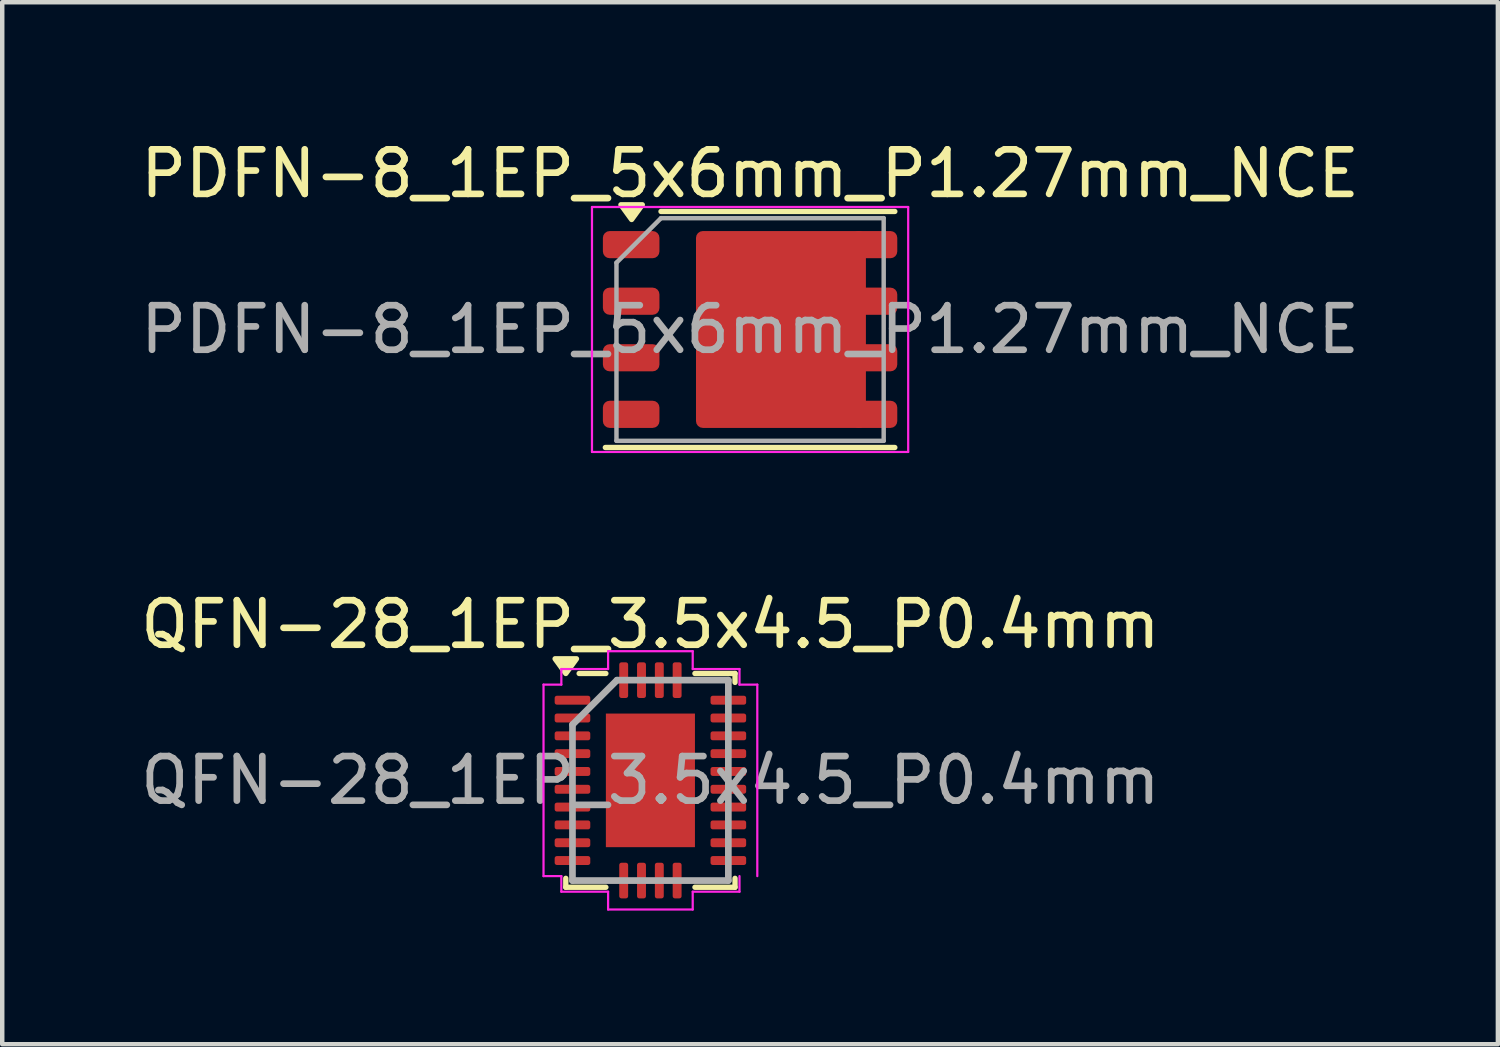
<source format=kicad_pcb>
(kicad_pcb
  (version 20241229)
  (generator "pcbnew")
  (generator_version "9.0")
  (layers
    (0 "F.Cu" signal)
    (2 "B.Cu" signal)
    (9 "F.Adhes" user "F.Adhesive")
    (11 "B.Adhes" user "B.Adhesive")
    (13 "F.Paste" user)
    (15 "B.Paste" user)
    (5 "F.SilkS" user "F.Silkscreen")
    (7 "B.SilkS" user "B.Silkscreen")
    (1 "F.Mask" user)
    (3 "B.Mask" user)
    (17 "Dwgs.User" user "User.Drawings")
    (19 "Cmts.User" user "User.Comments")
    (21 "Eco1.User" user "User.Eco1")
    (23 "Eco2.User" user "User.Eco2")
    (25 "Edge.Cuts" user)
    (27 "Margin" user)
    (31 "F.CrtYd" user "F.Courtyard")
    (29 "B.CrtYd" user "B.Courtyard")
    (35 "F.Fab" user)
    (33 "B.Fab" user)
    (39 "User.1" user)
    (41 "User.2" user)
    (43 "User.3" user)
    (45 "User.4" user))
  (footprint "QFN-28_1EP_3.5x4.5_P0.4mm"
    (layer "F.Cu")
    (at 11.554 14.472)
    (property "Reference" "QFN-28_1EP_3.5x4.5_P0.4mm" (at 0 -3.5 0) (layer "F.SilkS") (effects (font (size 1 1) (thickness 0.15))))
    (attr smd)
    (fp_line (start -1.9 2.4) (end -1.9 2.2) (stroke (width 0.12) (type default)) (layer "F.SilkS"))
    (fp_line (start -1 -2.4) (end -1.6 -2.4) (stroke (width 0.12) (type default)) (layer "F.SilkS"))
    (fp_line (start -1 2.4) (end -1.9 2.4) (stroke (width 0.12) (type default)) (layer "F.SilkS"))
    (fp_line (start 1 -2.4) (end 1.9 -2.4) (stroke (width 0.12) (type default)) (layer "F.SilkS"))
    (fp_line (start 1 2.4) (end 1.9 2.4) (stroke (width 0.12) (type default)) (layer "F.SilkS"))
    (fp_line (start 1.9 -2.4) (end 1.9 -2.2) (stroke (width 0.12) (type default)) (layer "F.SilkS"))
    (fp_line (start 1.9 2.4) (end 1.9 2.2) (stroke (width 0.12) (type default)) (layer "F.SilkS"))
    (fp_poly (pts (xy -1.9 -2.4) (xy -2.14 -2.73) (xy -1.66 -2.73) (xy -1.9 -2.4)) (stroke (width 0.12) (type solid)) (fill yes) (layer "F.SilkS"))
    (fp_line (start -2.4 -2.15) (end -2 -2.15) (stroke (width 0.05) (type default)) (layer "F.CrtYd"))
    (fp_line (start -2.4 2.15) (end -2.4 -2.15) (stroke (width 0.05) (type default)) (layer "F.CrtYd"))
    (fp_line (start -2.4 2.15) (end -2 2.15) (stroke (width 0.05) (type default)) (layer "F.CrtYd"))
    (fp_line (start -2 -2.5) (end -0.95 -2.5) (stroke (width 0.05) (type default)) (layer "F.CrtYd"))
    (fp_line (start -2 -2.15) (end -2 -2.5) (stroke (width 0.05) (type default)) (layer "F.CrtYd"))
    (fp_line (start -2 2.15) (end -2 2.5) (stroke (width 0.05) (type default)) (layer "F.CrtYd"))
    (fp_line (start -2 2.5) (end -0.95 2.5) (stroke (width 0.05) (type default)) (layer "F.CrtYd"))
    (fp_line (start -0.95 -2.9) (end 0.95 -2.9) (stroke (width 0.05) (type default)) (layer "F.CrtYd"))
    (fp_line (start -0.95 -2.5) (end -0.95 -2.9) (stroke (width 0.05) (type default)) (layer "F.CrtYd"))
    (fp_line (start -0.95 2.5) (end -0.95 2.9) (stroke (width 0.05) (type default)) (layer "F.CrtYd"))
    (fp_line (start 0.95 -2.5) (end 0.95 -2.9) (stroke (width 0.05) (type default)) (layer "F.CrtYd"))
    (fp_line (start 0.95 2.5) (end 0.95 2.9) (stroke (width 0.05) (type default)) (layer "F.CrtYd"))
    (fp_line (start 0.95 2.9) (end -0.95 2.9) (stroke (width 0.05) (type default)) (layer "F.CrtYd"))
    (fp_line (start 2 -2.5) (end 0.95 -2.5) (stroke (width 0.05) (type default)) (layer "F.CrtYd"))
    (fp_line (start 2 -2.15) (end 2 -2.5) (stroke (width 0.05) (type default)) (layer "F.CrtYd"))
    (fp_line (start 2 2.15) (end 2 2.5) (stroke (width 0.05) (type default)) (layer "F.CrtYd"))
    (fp_line (start 2 2.5) (end 0.95 2.5) (stroke (width 0.05) (type default)) (layer "F.CrtYd"))
    (fp_line (start 2.4 -2.15) (end 2 -2.15) (stroke (width 0.05) (type default)) (layer "F.CrtYd"))
    (fp_line (start 2.4 -2.15) (end 2.4 2.15) (stroke (width 0.05) (type default)) (layer "F.CrtYd"))
    (fp_line (start -1.75 -1.25) (end -1.75 2.25) (stroke (width 0.15) (type default)) (layer "F.Fab"))
    (fp_line (start -1.75 2.25) (end 1.75 2.25) (stroke (width 0.15) (type default)) (layer "F.Fab"))
    (fp_line (start -0.75 -2.25) (end -1.75 -1.25) (stroke (width 0.15) (type default)) (layer "F.Fab"))
    (fp_line (start 1.75 -2.25) (end -0.75 -2.25) (stroke (width 0.15) (type default)) (layer "F.Fab"))
    (fp_line (start 1.75 2.25) (end 1.75 -2.25) (stroke (width 0.15) (type default)) (layer "F.Fab"))
    (fp_text user "${REFERENCE}" (at 0 0 0) (layer "F.Fab") (effects (font (size 1 1) (thickness 0.15))))
    (pad "" smd rect (at -0.75 -1.125) (size 0.25 0.5) (layers "F.Paste"))
    (pad "" smd rect (at -0.75 -0.375) (size 0.25 0.5) (layers "F.Paste"))
    (pad "" smd rect (at -0.75 0.375) (size 0.25 0.5) (layers "F.Paste"))
    (pad "" smd rect (at -0.75 1.125) (size 0.25 0.5) (layers "F.Paste"))
    (pad "" smd rect (at -0.25 -1.125) (size 0.25 0.5) (layers "F.Paste"))
    (pad "" smd rect (at -0.25 -0.375) (size 0.25 0.5) (layers "F.Paste"))
    (pad "" smd rect (at -0.25 0.375) (size 0.25 0.5) (layers "F.Paste"))
    (pad "" smd rect (at -0.25 1.125) (size 0.25 0.5) (layers "F.Paste"))
    (pad "" smd rect (at 0.25 -1.125) (size 0.25 0.5) (layers "F.Paste"))
    (pad "" smd rect (at 0.25 -0.375) (size 0.25 0.5) (layers "F.Paste"))
    (pad "" smd rect (at 0.25 0.375) (size 0.25 0.5) (layers "F.Paste"))
    (pad "" smd rect (at 0.25 1.125) (size 0.25 0.5) (layers "F.Paste"))
    (pad "" smd rect (at 0.75 -1.125) (size 0.25 0.5) (layers "F.Paste"))
    (pad "" smd rect (at 0.75 -0.375) (size 0.25 0.5) (layers "F.Paste"))
    (pad "" smd rect (at 0.75 0.375) (size 0.25 0.5) (layers "F.Paste"))
    (pad "" smd rect (at 0.75 1.125) (size 0.25 0.5) (layers "F.Paste"))
    (pad "1" smd roundrect (at -1.75 -1.8) (size 0.8 0.2) (layers "F.Cu" "F.Mask" "F.Paste") (roundrect_rratio 0.25))
    (pad "2" smd roundrect (at -1.75 -1.4) (size 0.8 0.2) (layers "F.Cu" "F.Mask" "F.Paste") (roundrect_rratio 0.25))
    (pad "3" smd roundrect (at -1.75 -1) (size 0.8 0.2) (layers "F.Cu" "F.Mask" "F.Paste") (roundrect_rratio 0.25))
    (pad "4" smd roundrect (at -1.75 -0.6) (size 0.8 0.2) (layers "F.Cu" "F.Mask" "F.Paste") (roundrect_rratio 0.25))
    (pad "5" smd roundrect (at -1.75 -0.2) (size 0.8 0.2) (layers "F.Cu" "F.Mask" "F.Paste") (roundrect_rratio 0.25))
    (pad "6" smd roundrect (at -1.75 0.2) (size 0.8 0.2) (layers "F.Cu" "F.Mask" "F.Paste") (roundrect_rratio 0.25))
    (pad "7" smd roundrect (at -1.75 0.6) (size 0.8 0.2) (layers "F.Cu" "F.Mask" "F.Paste") (roundrect_rratio 0.25))
    (pad "8" smd roundrect (at -1.75 1) (size 0.8 0.2) (layers "F.Cu" "F.Mask" "F.Paste") (roundrect_rratio 0.25))
    (pad "9" smd roundrect (at -1.75 1.4) (size 0.8 0.2) (layers "F.Cu" "F.Mask" "F.Paste") (roundrect_rratio 0.25))
    (pad "10" smd roundrect (at -1.75 1.8) (size 0.8 0.2) (layers "F.Cu" "F.Mask" "F.Paste") (roundrect_rratio 0.25))
    (pad "11" smd roundrect (at -0.6 2.25) (size 0.2 0.8) (layers "F.Cu" "F.Mask" "F.Paste") (roundrect_rratio 0.25))
    (pad "12" smd roundrect (at -0.2 2.25) (size 0.2 0.8) (layers "F.Cu" "F.Mask" "F.Paste") (roundrect_rratio 0.25))
    (pad "13" smd roundrect (at 0.2 2.25) (size 0.2 0.8) (layers "F.Cu" "F.Mask" "F.Paste") (roundrect_rratio 0.25))
    (pad "14" smd roundrect (at 0.6 2.25) (size 0.2 0.8) (layers "F.Cu" "F.Mask" "F.Paste") (roundrect_rratio 0.25))
    (pad "15" smd roundrect (at 1.75 1.8) (size 0.8 0.2) (layers "F.Cu" "F.Mask" "F.Paste") (roundrect_rratio 0.25))
    (pad "16" smd roundrect (at 1.75 1.4) (size 0.8 0.2) (layers "F.Cu" "F.Mask" "F.Paste") (roundrect_rratio 0.25))
    (pad "17" smd roundrect (at 1.75 1) (size 0.8 0.2) (layers "F.Cu" "F.Mask" "F.Paste") (roundrect_rratio 0.25))
    (pad "18" smd roundrect (at 1.75 0.6) (size 0.8 0.2) (layers "F.Cu" "F.Mask" "F.Paste") (roundrect_rratio 0.25))
    (pad "19" smd roundrect (at 1.75 0.2) (size 0.8 0.2) (layers "F.Cu" "F.Mask" "F.Paste") (roundrect_rratio 0.25))
    (pad "20" smd roundrect (at 1.75 -0.2) (size 0.8 0.2) (layers "F.Cu" "F.Mask" "F.Paste") (roundrect_rratio 0.25))
    (pad "21" smd roundrect (at 1.75 -0.6) (size 0.8 0.2) (layers "F.Cu" "F.Mask" "F.Paste") (roundrect_rratio 0.25))
    (pad "22" smd roundrect (at 1.75 -1) (size 0.8 0.2) (layers "F.Cu" "F.Mask" "F.Paste") (roundrect_rratio 0.25))
    (pad "23" smd roundrect (at 1.75 -1.4) (size 0.8 0.2) (layers "F.Cu" "F.Mask" "F.Paste") (roundrect_rratio 0.25))
    (pad "24" smd roundrect (at 1.75 -1.8) (size 0.8 0.2) (layers "F.Cu" "F.Mask" "F.Paste") (roundrect_rratio 0.25))
    (pad "25" smd roundrect (at 0.6 -2.25) (size 0.2 0.8) (layers "F.Cu" "F.Mask" "F.Paste") (roundrect_rratio 0.25))
    (pad "26" smd roundrect (at 0.2 -2.25) (size 0.2 0.8) (layers "F.Cu" "F.Mask" "F.Paste") (roundrect_rratio 0.25))
    (pad "27" smd roundrect (at -0.2 -2.25) (size 0.2 0.8) (layers "F.Cu" "F.Mask" "F.Paste") (roundrect_rratio 0.25))
    (pad "28" smd roundrect (at -0.6 -2.25) (size 0.2 0.8) (layers "F.Cu" "F.Mask" "F.Paste") (roundrect_rratio 0.25))
    (pad "29" smd rect (at 0 0) (size 2 3) (layers "F.Cu" "F.Mask")))
  (footprint "PDFN-8_1EP_5x6mm_P1.27mm_NCE"
    (layer "F.Cu")
    (at 13.792 4.348)
    (property "Reference" "PDFN-8_1EP_5x6mm_P1.27mm_NCE" (at 0 -3.5 0) (unlocked yes) (layer "F.SilkS") (effects (font (size 1 1) (thickness 0.15))))
    (attr smd)
    (fp_line (start -3.25 2.65) (end 3.25 2.65) (stroke (width 0.12) (type default)) (layer "F.SilkS"))
    (fp_line (start -2 -2.65) (end 3.25 -2.65) (stroke (width 0.12) (type default)) (layer "F.SilkS"))
    (fp_poly (pts (xy -2.66 -2.47) (xy -2.9 -2.8) (xy -2.42 -2.8) (xy -2.66 -2.47)) (stroke (width 0.12) (type solid)) (fill yes) (layer "F.SilkS"))
    (fp_line (start -3.55 -2.75) (end -3.55 2.75) (stroke (width 0.05) (type default)) (layer "F.CrtYd"))
    (fp_line (start 3.55 -2.75) (end -3.55 -2.75) (stroke (width 0.05) (type default)) (layer "F.CrtYd"))
    (fp_line (start 3.55 -2.75) (end 3.55 2.75) (stroke (width 0.05) (type default)) (layer "F.CrtYd"))
    (fp_line (start 3.55 2.75) (end -3.55 2.75) (stroke (width 0.05) (type default)) (layer "F.CrtYd"))
    (fp_line (start -3 -1.5) (end -2 -2.5) (stroke (width 0.1) (type default)) (layer "F.Fab"))
    (fp_line (start -3 2.5) (end -3 -1.5) (stroke (width 0.1) (type default)) (layer "F.Fab"))
    (fp_line (start -2 -2.5) (end 3 -2.5) (stroke (width 0.1) (type default)) (layer "F.Fab"))
    (fp_line (start 3 -2.5) (end 3 2.5) (stroke (width 0.1) (type default)) (layer "F.Fab"))
    (fp_line (start 3 2.5) (end -3 2.5) (stroke (width 0.1) (type default)) (layer "F.Fab"))
    (fp_text user "${REFERENCE}" (at 0 0 0) (unlocked yes) (layer "F.Fab") (effects (font (size 1 1) (thickness 0.15))))
    (pad "" smd roundrect (at -0.3 -1.4) (size 1.4 1.2) (layers "F.Paste") (roundrect_rratio 0.125))
    (pad "" smd roundrect (at -0.3 0) (size 1.4 1.2) (layers "F.Paste") (roundrect_rratio 0.125))
    (pad "" smd roundrect (at -0.3 1.4) (size 1.4 1.2) (layers "F.Paste") (roundrect_rratio 0.125))
    (pad "" smd roundrect (at 1.3 -1.4) (size 1.4 1.2) (layers "F.Paste") (roundrect_rratio 0.125))
    (pad "" smd roundrect (at 1.3 0) (size 1.4 1.2) (layers "F.Paste") (roundrect_rratio 0.125))
    (pad "" smd roundrect (at 1.3 1.4) (size 1.4 1.2) (layers "F.Paste") (roundrect_rratio 0.125))
    (pad "1" smd roundrect (at -2.67 -1.905) (size 1.27 0.61) (layers "F.Cu" "F.Mask" "F.Paste") (roundrect_rratio 0.25))
    (pad "2" smd roundrect (at -2.67 -0.635) (size 1.27 0.61) (layers "F.Cu" "F.Mask" "F.Paste") (roundrect_rratio 0.25))
    (pad "3" smd roundrect (at -2.67 0.635) (size 1.27 0.61) (layers "F.Cu" "F.Mask" "F.Paste") (roundrect_rratio 0.25))
    (pad "4" smd roundrect (at -2.67 1.905) (size 1.27 0.61) (layers "F.Cu" "F.Mask" "F.Paste") (roundrect_rratio 0.25))
    (pad "5" smd roundrect (at 2.795 -1.905) (size 1.02 0.61) (layers "F.Cu" "F.Mask" "F.Paste") (roundrect_rratio 0.25))
    (pad "6" smd roundrect (at 2.795 -0.635) (size 1.02 0.61) (layers "F.Cu" "F.Mask" "F.Paste") (roundrect_rratio 0.25))
    (pad "7" smd roundrect (at 2.795 0.635) (size 1.02 0.61) (layers "F.Cu" "F.Mask" "F.Paste") (roundrect_rratio 0.25))
    (pad "8" smd roundrect (at 2.795 1.905) (size 1.02 0.61) (layers "F.Cu" "F.Mask" "F.Paste") (roundrect_rratio 0.25))
    (pad "9" smd roundrect (at 0.693 0) (size 3.815 4.42) (layers "F.Cu" "F.Mask") (roundrect_rratio 0.04)))
  (gr_rect
    (start -3 -3)
    (end 30.583 20.396)
    (stroke (width 0.1) (type default))
    (fill no)
    (layer "Edge.Cuts")))
</source>
